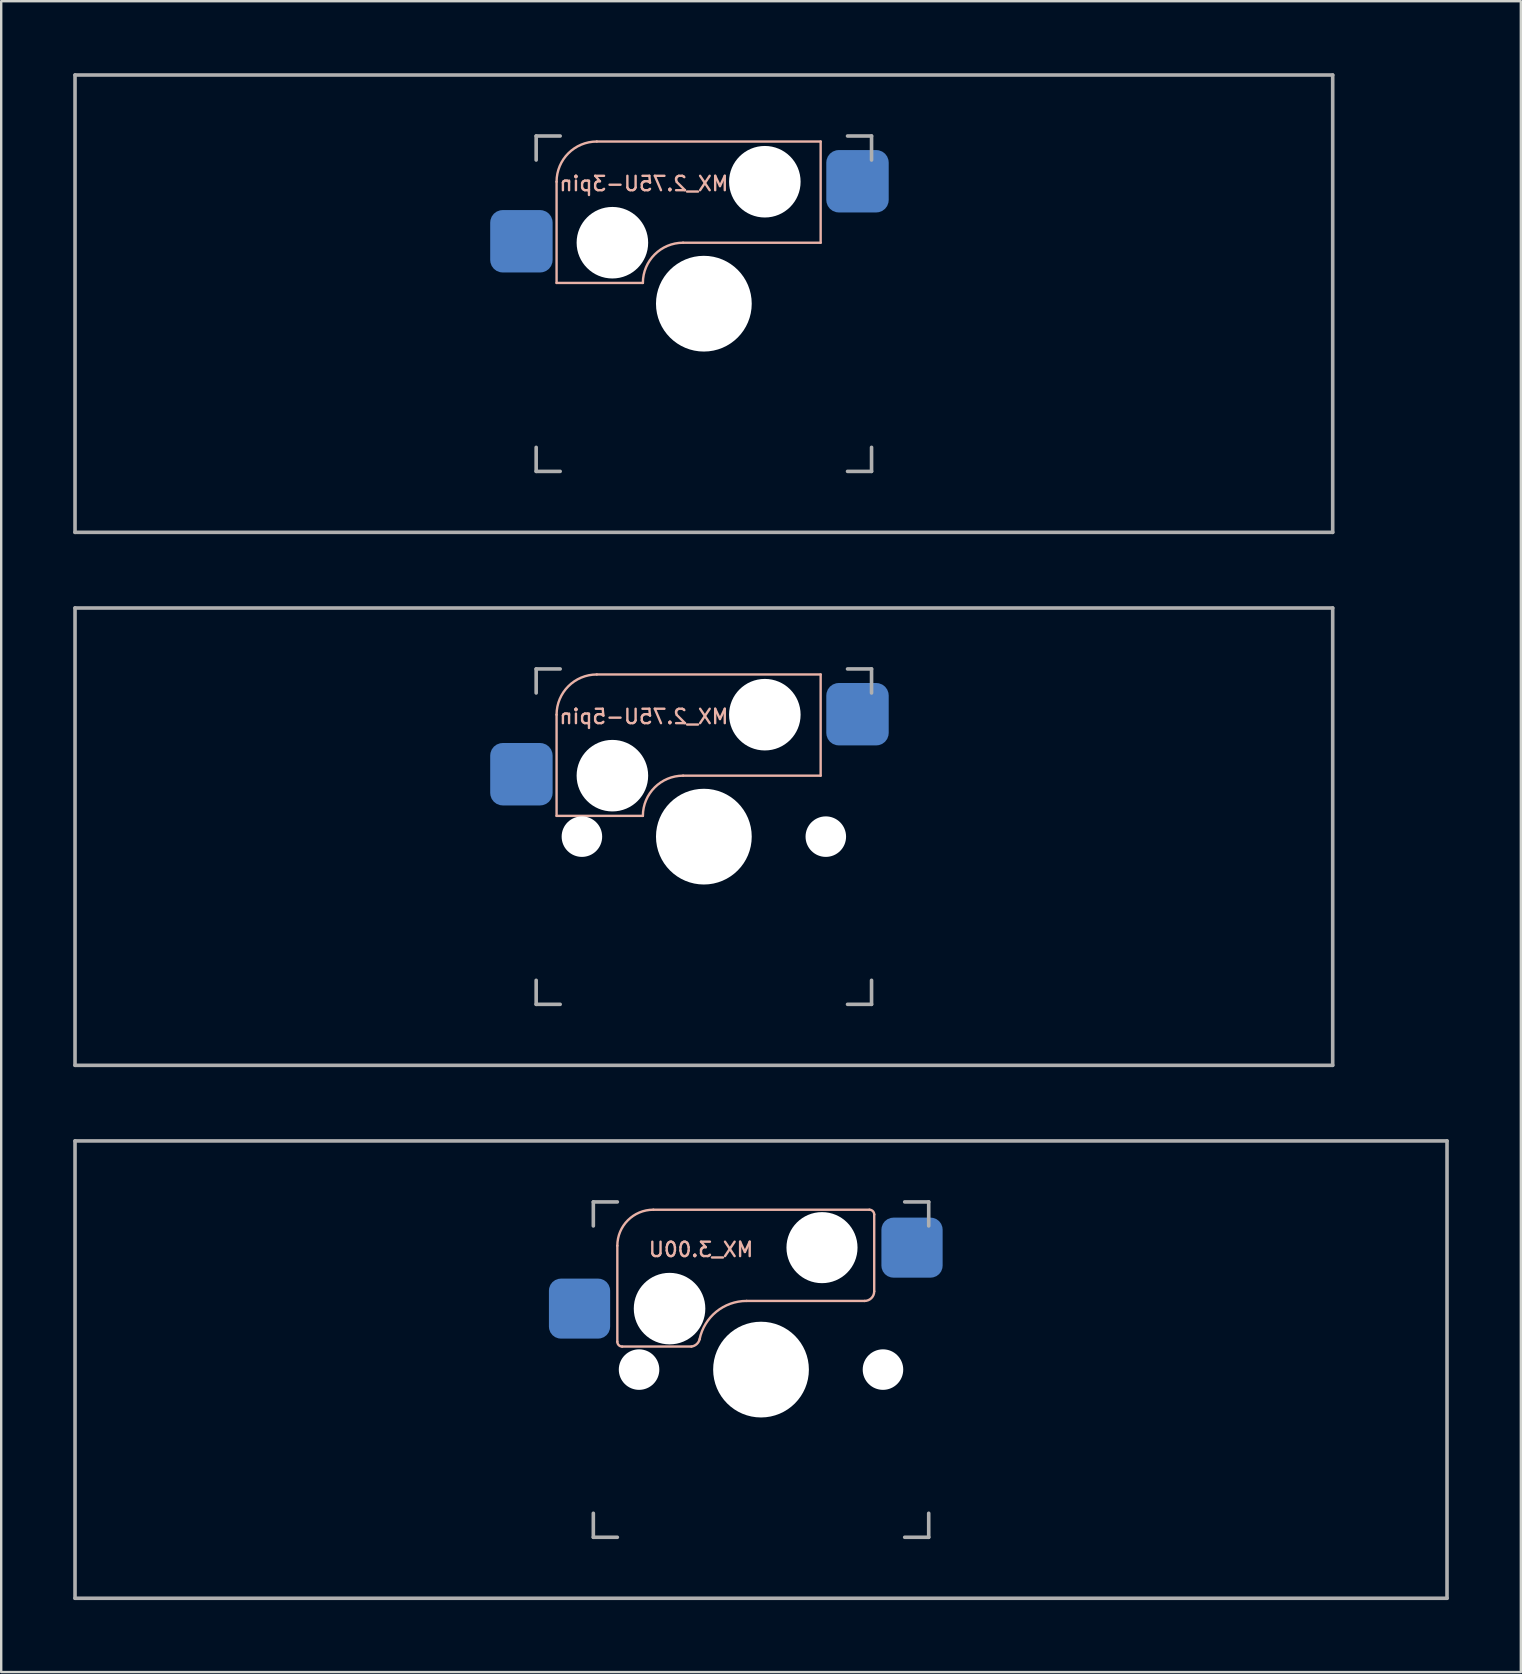
<source format=kicad_pcb>
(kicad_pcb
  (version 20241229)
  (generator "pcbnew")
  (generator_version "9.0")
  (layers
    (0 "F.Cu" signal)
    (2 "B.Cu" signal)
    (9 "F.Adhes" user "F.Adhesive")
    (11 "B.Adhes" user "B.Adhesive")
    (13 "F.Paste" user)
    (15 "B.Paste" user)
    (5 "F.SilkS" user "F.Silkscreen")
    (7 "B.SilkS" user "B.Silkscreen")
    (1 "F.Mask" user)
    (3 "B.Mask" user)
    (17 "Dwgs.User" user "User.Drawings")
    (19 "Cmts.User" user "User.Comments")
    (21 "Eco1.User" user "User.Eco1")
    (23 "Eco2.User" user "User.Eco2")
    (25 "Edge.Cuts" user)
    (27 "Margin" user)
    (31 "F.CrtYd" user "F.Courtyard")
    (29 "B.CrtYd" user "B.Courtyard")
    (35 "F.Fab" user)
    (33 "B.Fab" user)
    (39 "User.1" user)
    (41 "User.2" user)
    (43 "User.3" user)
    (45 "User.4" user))
  (footprint "MX_3.00U"
    (layer "F.Cu")
    (at 28.65 54)
    (property "Reference" "MX_3.00U" (at -2.5 -5 0) (layer "B.SilkS") (effects (font (size 0.6 0.6) (thickness 0.1)) (justify mirror)))
    (attr smd)
    (fp_line (start -5.985 -5.16) (end -5.985 -1.16) (stroke (width 0.1) (type solid)) (layer "B.SilkS"))
    (fp_line (start -5.785 -0.96) (end -2.9 -0.96) (stroke (width 0.1) (type solid)) (layer "B.SilkS"))
    (fp_line (start -4.485 -6.66) (end 4.515 -6.66) (stroke (width 0.1) (type solid)) (layer "B.SilkS"))
    (fp_line (start 4.315 -2.86) (end -0.6 -2.86) (stroke (width 0.1) (type solid)) (layer "B.SilkS"))
    (fp_line (start 4.715 -6.46) (end 4.715 -3.26) (stroke (width 0.1) (type solid)) (layer "B.SilkS"))
    (fp_arc (start -5.985 -5.16) (mid -5.54566 -6.22066) (end -4.485 -6.66) (stroke (width 0.1) (type solid)) (layer "B.SilkS"))
    (fp_arc (start -5.785 -0.96) (mid -5.926421 -1.018579) (end -5.985 -1.16) (stroke (width 0.1) (type solid)) (layer "B.SilkS"))
    (fp_arc (start -2.558575 -1.264949) (mid -1.862953 -2.41079) (end -0.6 -2.86) (stroke (width 0.1) (type solid)) (layer "B.SilkS"))
    (fp_arc (start -2.557532 -1.264687) (mid -2.681837 -1.059595) (end -2.9 -0.96) (stroke (width 0.1) (type solid)) (layer "B.SilkS"))
    (fp_arc (start 4.515 -6.66) (mid 4.656421 -6.601421) (end 4.715 -6.46) (stroke (width 0.1) (type solid)) (layer "B.SilkS"))
    (fp_arc (start 4.715 -3.26) (mid 4.597843 -2.977157) (end 4.315 -2.86) (stroke (width 0.1) (type solid)) (layer "B.SilkS"))
    (fp_line (start -6.985 6.985) (end -6.985 -6.985) (stroke (width 0.15) (type solid)) (layer "Eco2.User"))
    (fp_line (start -6.985 6.985) (end 6.985 6.985) (stroke (width 0.15) (type solid)) (layer "Eco2.User"))
    (fp_line (start 6.985 -6.985) (end -6.985 -6.985) (stroke (width 0.15) (type solid)) (layer "Eco2.User"))
    (fp_line (start 6.985 -6.985) (end 6.985 6.985) (stroke (width 0.15) (type solid)) (layer "Eco2.User"))
    (fp_line (start -28.575 -9.525) (end 28.575 -9.525) (stroke (width 0.15) (type solid)) (layer "F.Fab"))
    (fp_line (start -28.575 9.525) (end -28.575 -9.525) (stroke (width 0.15) (type solid)) (layer "F.Fab"))
    (fp_line (start -6.985 -5.985) (end -6.985 -6.985) (stroke (width 0.15) (type solid)) (layer "F.Fab"))
    (fp_line (start -6.985 6.985) (end -6.985 5.985) (stroke (width 0.15) (type solid)) (layer "F.Fab"))
    (fp_line (start -6.985 6.985) (end -5.985 6.985) (stroke (width 0.15) (type solid)) (layer "F.Fab"))
    (fp_line (start -5.985 -6.985) (end -6.985 -6.985) (stroke (width 0.15) (type solid)) (layer "F.Fab"))
    (fp_line (start 5.985 6.985) (end 6.985 6.985) (stroke (width 0.15) (type solid)) (layer "F.Fab"))
    (fp_line (start 6.985 -6.985) (end 5.985 -6.985) (stroke (width 0.15) (type solid)) (layer "F.Fab"))
    (fp_line (start 6.985 -6.985) (end 6.985 -5.985) (stroke (width 0.15) (type solid)) (layer "F.Fab"))
    (fp_line (start 6.985 5.985) (end 6.985 6.985) (stroke (width 0.15) (type solid)) (layer "F.Fab"))
    (fp_line (start 28.575 -9.525) (end 28.575 9.525) (stroke (width 0.15) (type solid)) (layer "F.Fab"))
    (fp_line (start 28.575 9.525) (end -28.575 9.525) (stroke (width 0.15) (type solid)) (layer "F.Fab"))
    (pad "" np_thru_hole circle (at -5.08 0) (size 1.688 1.688) (drill 1.688) (layers "*.Cu" "*.Mask"))
    (pad "" np_thru_hole circle (at -3.81 -2.54) (size 2.98 2.98) (drill 2.98) (layers "*.Cu" "*.Mask"))
    (pad "" np_thru_hole circle (at 0 0) (size 3.988 3.988) (drill 3.988) (layers "*.Cu" "*.Mask"))
    (pad "" np_thru_hole circle (at 2.54 -5.08) (size 2.96 2.96) (drill 2.96) (layers "*.Cu" "*.Mask"))
    (pad "" np_thru_hole circle (at 5.08 0) (size 1.688 1.688) (drill 1.688) (layers "*.Cu" "*.Mask"))
    (pad "1" smd roundrect (at 6.29 -5.08) (size 2.55 2.5) (layers "B.Cu" "B.Mask" "B.Paste") (roundrect_rratio 0.2))
    (pad "2" smd roundrect (at -7.56 -2.54) (size 2.55 2.5) (layers "B.Cu" "B.Mask" "B.Paste") (roundrect_rratio 0.2)))
  (footprint "MX_2.75U-5pin"
    (layer "F.Cu")
    (at 26.269 31.8)
    (property "Reference" "MX_2.75U-5pin" (at -2.5 -5 0) (layer "B.SilkS") (effects (font (size 0.6 0.6) (thickness 0.1)) (justify mirror)))
    (attr smd)
    (fp_line (start -6.135 -5.08) (end -6.135 -0.865) (stroke (width 0.1) (type solid)) (layer "B.SilkS"))
    (fp_line (start -6.135 -0.865) (end -2.54 -0.865) (stroke (width 0.1) (type solid)) (layer "B.SilkS"))
    (fp_line (start -4.46 -6.755) (end 4.865 -6.755) (stroke (width 0.1) (type solid)) (layer "B.SilkS"))
    (fp_line (start -0.865 -2.54) (end 4.865 -2.54) (stroke (width 0.1) (type solid)) (layer "B.SilkS"))
    (fp_line (start 4.865 -6.755) (end 4.865 -2.54) (stroke (width 0.1) (type solid)) (layer "B.SilkS"))
    (fp_arc (start -6.135 -5.08) (mid -5.644404 -6.264404) (end -4.46 -6.755) (stroke (width 0.1) (type solid)) (layer "B.SilkS"))
    (fp_arc (start -2.54 -0.865) (mid -2.049404 -2.049404) (end -0.865 -2.54) (stroke (width 0.1) (type solid)) (layer "B.SilkS"))
    (fp_line (start -6.985 6.985) (end -6.985 -6.985) (stroke (width 0.15) (type solid)) (layer "Eco2.User"))
    (fp_line (start -6.985 6.985) (end 6.985 6.985) (stroke (width 0.15) (type solid)) (layer "Eco2.User"))
    (fp_line (start 6.985 -6.985) (end -6.985 -6.985) (stroke (width 0.15) (type solid)) (layer "Eco2.User"))
    (fp_line (start 6.985 -6.985) (end 6.985 6.985) (stroke (width 0.15) (type solid)) (layer "Eco2.User"))
    (fp_line (start -26.194 -9.525) (end 26.194 -9.525) (stroke (width 0.15) (type solid)) (layer "F.Fab"))
    (fp_line (start -26.194 9.525) (end -26.194 -9.525) (stroke (width 0.15) (type solid)) (layer "F.Fab"))
    (fp_line (start -6.985 -5.985) (end -6.985 -6.985) (stroke (width 0.15) (type solid)) (layer "F.Fab"))
    (fp_line (start -6.985 6.985) (end -6.985 5.985) (stroke (width 0.15) (type solid)) (layer "F.Fab"))
    (fp_line (start -6.985 6.985) (end -5.985 6.985) (stroke (width 0.15) (type solid)) (layer "F.Fab"))
    (fp_line (start -5.985 -6.985) (end -6.985 -6.985) (stroke (width 0.15) (type solid)) (layer "F.Fab"))
    (fp_line (start 5.985 6.985) (end 6.985 6.985) (stroke (width 0.15) (type solid)) (layer "F.Fab"))
    (fp_line (start 6.985 -6.985) (end 5.985 -6.985) (stroke (width 0.15) (type solid)) (layer "F.Fab"))
    (fp_line (start 6.985 -6.985) (end 6.985 -5.985) (stroke (width 0.15) (type solid)) (layer "F.Fab"))
    (fp_line (start 6.985 5.985) (end 6.985 6.985) (stroke (width 0.15) (type solid)) (layer "F.Fab"))
    (fp_line (start 26.194 -9.525) (end 26.194 9.525) (stroke (width 0.15) (type solid)) (layer "F.Fab"))
    (fp_line (start 26.194 9.525) (end -26.194 9.525) (stroke (width 0.15) (type solid)) (layer "F.Fab"))
    (pad "" np_thru_hole circle (at -5.08 0) (size 1.688 1.688) (drill 1.688) (layers "*.Cu" "*.Mask"))
    (pad "" np_thru_hole circle (at -3.81 -2.54) (size 2.98 2.98) (drill 2.98) (layers "*.Cu" "*.Mask"))
    (pad "" np_thru_hole circle (at 0 0) (size 3.988 3.988) (drill 3.988) (layers "*.Cu" "*.Mask"))
    (pad "" np_thru_hole circle (at 2.54 -5.08) (size 2.98 2.98) (drill 2.98) (layers "*.Cu" "*.Mask"))
    (pad "" np_thru_hole circle (at 5.08 0) (size 1.688 1.688) (drill 1.688) (layers "*.Cu" "*.Mask"))
    (pad "1" smd roundrect (at 6.4 -5.1) (size 2.6 2.6) (layers "B.Cu" "B.Mask" "B.Paste") (roundrect_rratio 0.2))
    (pad "2" smd roundrect (at -7.6 -2.6) (size 2.6 2.6) (layers "B.Cu" "B.Mask" "B.Paste") (roundrect_rratio 0.2)))
  (footprint "MX_2.75U-3pin"
    (layer "F.Cu")
    (at 26.269 9.6)
    (property "Reference" "MX_2.75U-3pin" (at -2.5 -5 0) (layer "B.SilkS") (effects (font (size 0.6 0.6) (thickness 0.1)) (justify mirror)))
    (attr smd)
    (fp_line (start -6.135 -5.08) (end -6.135 -0.865) (stroke (width 0.1) (type solid)) (layer "B.SilkS"))
    (fp_line (start -6.135 -0.865) (end -2.54 -0.865) (stroke (width 0.1) (type solid)) (layer "B.SilkS"))
    (fp_line (start -4.46 -6.755) (end 4.865 -6.755) (stroke (width 0.1) (type solid)) (layer "B.SilkS"))
    (fp_line (start -0.865 -2.54) (end 4.865 -2.54) (stroke (width 0.1) (type solid)) (layer "B.SilkS"))
    (fp_line (start 4.865 -6.755) (end 4.865 -2.54) (stroke (width 0.1) (type solid)) (layer "B.SilkS"))
    (fp_arc (start -6.135 -5.08) (mid -5.644404 -6.264404) (end -4.46 -6.755) (stroke (width 0.1) (type solid)) (layer "B.SilkS"))
    (fp_arc (start -2.54 -0.865) (mid -2.049404 -2.049404) (end -0.865 -2.54) (stroke (width 0.1) (type solid)) (layer "B.SilkS"))
    (fp_line (start -6.985 6.985) (end -6.985 -6.985) (stroke (width 0.15) (type solid)) (layer "Eco2.User"))
    (fp_line (start -6.985 6.985) (end 6.985 6.985) (stroke (width 0.15) (type solid)) (layer "Eco2.User"))
    (fp_line (start 6.985 -6.985) (end -6.985 -6.985) (stroke (width 0.15) (type solid)) (layer "Eco2.User"))
    (fp_line (start 6.985 -6.985) (end 6.985 6.985) (stroke (width 0.15) (type solid)) (layer "Eco2.User"))
    (fp_line (start -26.194 -9.525) (end 26.194 -9.525) (stroke (width 0.15) (type solid)) (layer "F.Fab"))
    (fp_line (start -26.194 9.525) (end -26.194 -9.525) (stroke (width 0.15) (type solid)) (layer "F.Fab"))
    (fp_line (start -6.985 -5.985) (end -6.985 -6.985) (stroke (width 0.15) (type solid)) (layer "F.Fab"))
    (fp_line (start -6.985 6.985) (end -6.985 5.985) (stroke (width 0.15) (type solid)) (layer "F.Fab"))
    (fp_line (start -6.985 6.985) (end -5.985 6.985) (stroke (width 0.15) (type solid)) (layer "F.Fab"))
    (fp_line (start -5.985 -6.985) (end -6.985 -6.985) (stroke (width 0.15) (type solid)) (layer "F.Fab"))
    (fp_line (start 5.985 6.985) (end 6.985 6.985) (stroke (width 0.15) (type solid)) (layer "F.Fab"))
    (fp_line (start 6.985 -6.985) (end 5.985 -6.985) (stroke (width 0.15) (type solid)) (layer "F.Fab"))
    (fp_line (start 6.985 -6.985) (end 6.985 -5.985) (stroke (width 0.15) (type solid)) (layer "F.Fab"))
    (fp_line (start 6.985 5.985) (end 6.985 6.985) (stroke (width 0.15) (type solid)) (layer "F.Fab"))
    (fp_line (start 26.194 -9.525) (end 26.194 9.525) (stroke (width 0.15) (type solid)) (layer "F.Fab"))
    (fp_line (start 26.194 9.525) (end -26.194 9.525) (stroke (width 0.15) (type solid)) (layer "F.Fab"))
    (pad "" np_thru_hole circle (at -3.81 -2.54) (size 2.98 2.98) (drill 2.98) (layers "*.Cu" "*.Mask"))
    (pad "" np_thru_hole circle (at 0 0) (size 3.988 3.988) (drill 3.988) (layers "*.Cu" "*.Mask"))
    (pad "" np_thru_hole circle (at 2.54 -5.08) (size 2.98 2.98) (drill 2.98) (layers "*.Cu" "*.Mask"))
    (pad "1" smd roundrect (at 6.4 -5.1) (size 2.6 2.6) (layers "B.Cu" "B.Mask" "B.Paste") (roundrect_rratio 0.2))
    (pad "2" smd roundrect (at -7.6 -2.6) (size 2.6 2.6) (layers "B.Cu" "B.Mask" "B.Paste") (roundrect_rratio 0.2)))
  (gr_rect
    (start -3 -3)
    (end 60.3 66.6)
    (stroke (width 0.1) (type default))
    (fill no)
    (layer "Edge.Cuts")))
</source>
